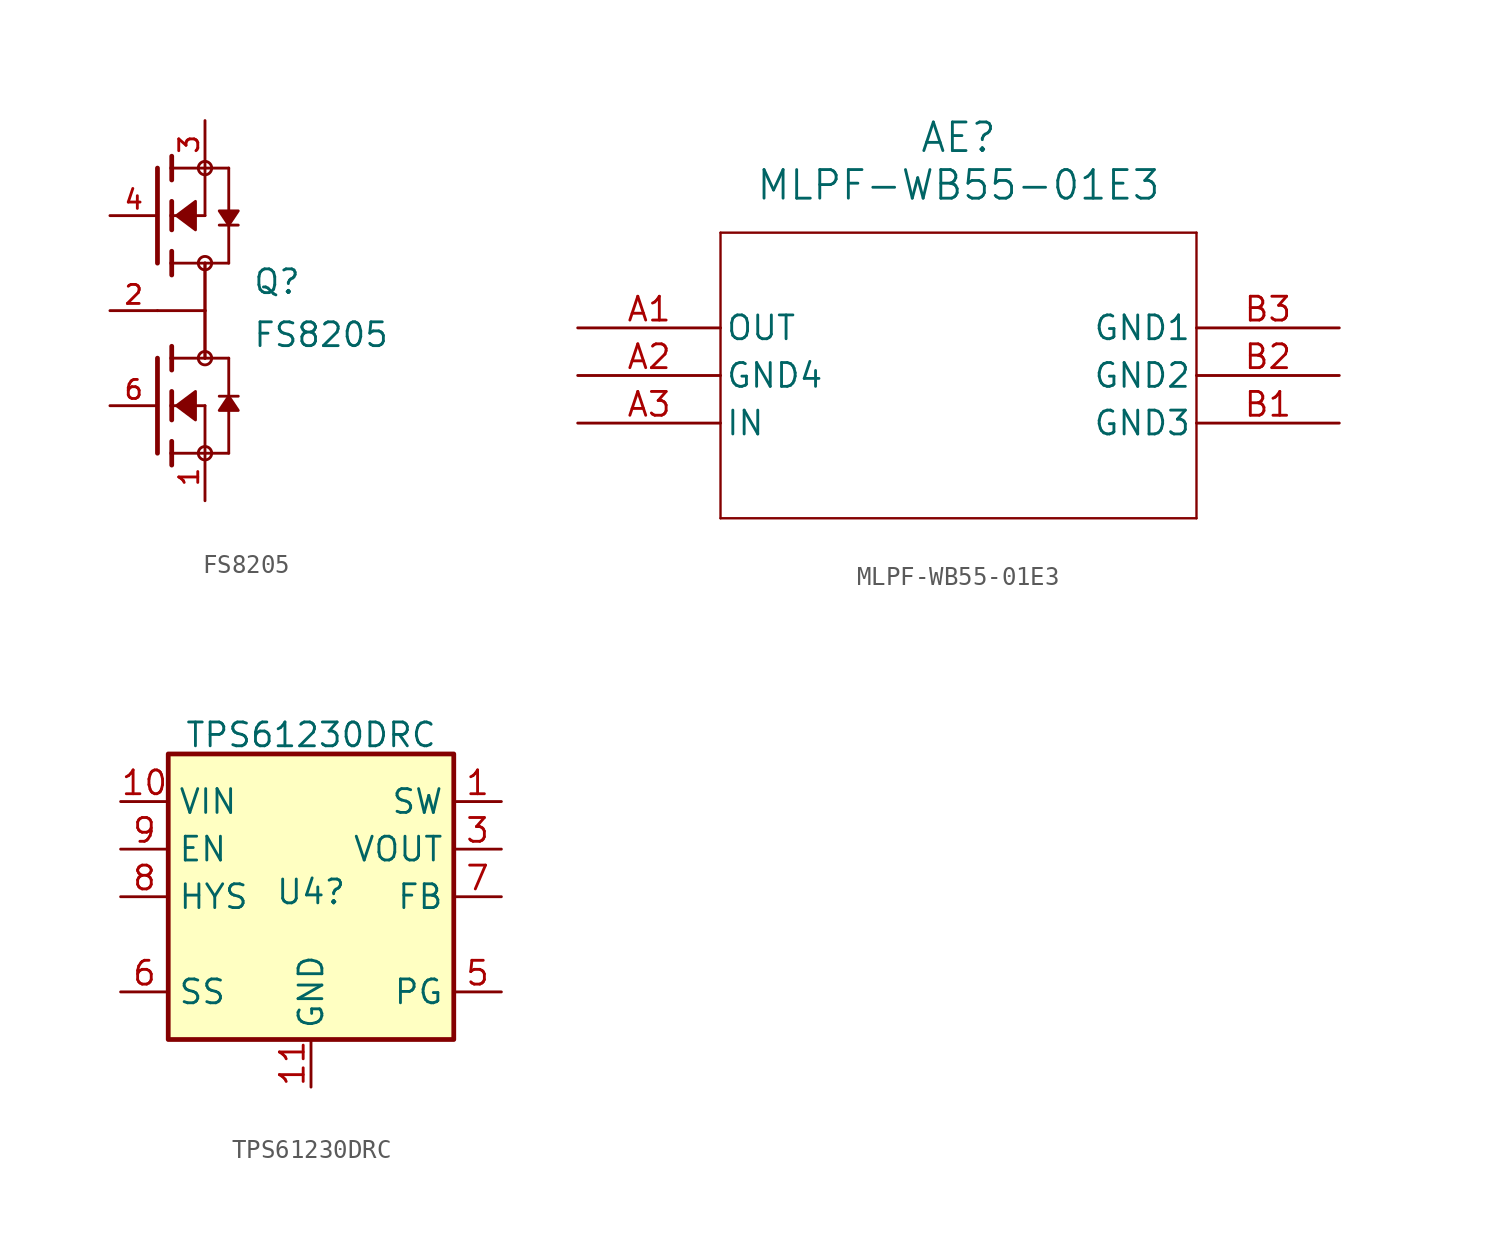
<source format=kicad_sym>
(kicad_symbol_lib
  (version 20241209)
  (generator "kicad_symbol_editor")
  (generator_version "9.0")
  (symbol "FS8205"
    (pin_names
      (offset 1.016))
    (property "Reference" "Q"
      (at 2.54 2.286 0)
      (effects (font (size 1.27 1.27)) (justify left top)))
    (property "Value" "FS8205"
      (at 2.54 -2.032 0)
      (effects (font (size 1.27 1.27)) (justify left bottom)))
    (symbol "FS8205_0_0"
      (polyline (pts (xy -2.54 2.54) (xy -2.54 7.62)) (stroke (width 0.254) (type default)) (fill (type none)))
      (polyline (pts (xy -2.54 0) (xy 0 0)) (stroke (width 0.152) (type default)) (fill (type none)))
      (polyline (pts (xy -2.54 -2.54) (xy -2.54 -7.62)) (stroke (width 0.254) (type default)) (fill (type none)))
      (polyline (pts (xy -1.778 7.62) (xy -1.778 8.255)) (stroke (width 0.254) (type default)) (fill (type none)))
      (polyline (pts (xy -1.778 6.985) (xy -1.778 7.62)) (stroke (width 0.254) (type default)) (fill (type none)))
      (polyline (pts (xy -1.778 5.08) (xy -1.778 5.842)) (stroke (width 0.254) (type default)) (fill (type none)))
      (polyline (pts (xy -1.778 5.08) (xy 0 5.08)) (stroke (width 0.152) (type default)) (fill (type none)))
      (polyline (pts (xy -1.778 4.318) (xy -1.778 5.08)) (stroke (width 0.254) (type default)) (fill (type none)))
      (polyline (pts (xy -1.778 2.54) (xy -1.778 3.175)) (stroke (width 0.254) (type default)) (fill (type none)))
      (polyline (pts (xy -1.778 2.54) (xy 0 2.54)) (stroke (width 0.152) (type default)) (fill (type none)))
      (polyline (pts (xy -1.778 1.905) (xy -1.778 2.54)) (stroke (width 0.254) (type default)) (fill (type none)))
      (polyline (pts (xy -1.778 -1.905) (xy -1.778 -2.54)) (stroke (width 0.254) (type default)) (fill (type none)))
      (polyline (pts (xy -1.778 -2.54) (xy -1.778 -3.175)) (stroke (width 0.254) (type default)) (fill (type none)))
      (polyline (pts (xy -1.778 -2.54) (xy 0 -2.54)) (stroke (width 0.152) (type default)) (fill (type none)))
      (polyline (pts (xy -1.778 -4.318) (xy -1.778 -5.08)) (stroke (width 0.254) (type default)) (fill (type none)))
      (polyline (pts (xy -1.778 -5.08) (xy -1.778 -5.842)) (stroke (width 0.254) (type default)) (fill (type none)))
      (polyline (pts (xy -1.778 -5.08) (xy 0 -5.08)) (stroke (width 0.152) (type default)) (fill (type none)))
      (polyline (pts (xy -1.778 -6.985) (xy -1.778 -7.62)) (stroke (width 0.254) (type default)) (fill (type none)))
      (polyline (pts (xy -1.778 -7.62) (xy -1.778 -8.255)) (stroke (width 0.254) (type default)) (fill (type none)))
      (polyline (pts (xy -1.524 5.08) (xy -0.508 4.318) (xy -0.508 5.842) (xy -1.524 5.08)) (stroke (width 0.152) (type default)) (fill (type outline)))
      (polyline (pts (xy -1.524 -5.08) (xy -0.508 -4.318) (xy -0.508 -5.842) (xy -1.524 -5.08)) (stroke (width 0.152) (type default)) (fill (type outline)))
      (circle (center 0 7.62) (radius 0.359) (stroke (width 0) (type default)) (fill (type none)))
      (polyline (pts (xy 0 7.62) (xy -1.778 7.62)) (stroke (width 0.152) (type default)) (fill (type none)))
      (polyline (pts (xy 0 7.62) (xy 1.27 7.62)) (stroke (width 0.152) (type default)) (fill (type none)))
      (polyline (pts (xy 0 5.08) (xy 0 7.62)) (stroke (width 0.152) (type default)) (fill (type none)))
      (circle (center 0 2.54) (radius 0.359) (stroke (width 0) (type default)) (fill (type none)))
      (polyline (pts (xy 0 2.54) (xy 0 0)) (stroke (width 0.178) (type default)) (fill (type none)))
      (polyline (pts (xy 0 2.54) (xy 1.27 2.54)) (stroke (width 0.152) (type default)) (fill (type none)))
      (polyline (pts (xy 0 0) (xy 0 -2.54)) (stroke (width 0.178) (type default)) (fill (type none)))
      (polyline (pts (xy 0 -2.54) (xy 1.27 -2.54)) (stroke (width 0.152) (type default)) (fill (type none)))
      (circle (center 0 -2.54) (radius 0.359) (stroke (width 0) (type default)) (fill (type none)))
      (polyline (pts (xy 0 -5.08) (xy 0 -7.62)) (stroke (width 0.152) (type default)) (fill (type none)))
      (polyline (pts (xy 0 -7.62) (xy -1.778 -7.62)) (stroke (width 0.152) (type default)) (fill (type none)))
      (polyline (pts (xy 0 -7.62) (xy 1.27 -7.62)) (stroke (width 0.152) (type default)) (fill (type none)))
      (circle (center 0 -7.62) (radius 0.359) (stroke (width 0) (type default)) (fill (type none)))
      (polyline (pts (xy 1.27 4.572) (xy 0.762 4.572)) (stroke (width 0.152) (type default)) (fill (type none)))
      (polyline (pts (xy 1.27 4.572) (xy 1.27 7.62)) (stroke (width 0.152) (type default)) (fill (type none)))
      (polyline (pts (xy 1.27 4.572) (xy 0.762 5.334) (xy 1.778 5.334) (xy 1.27 4.572)) (stroke (width 0.152) (type default)) (fill (type outline)))
      (polyline (pts (xy 1.27 2.54) (xy 1.27 4.572)) (stroke (width 0.152) (type default)) (fill (type none)))
      (polyline (pts (xy 1.27 -2.54) (xy 1.27 -4.572)) (stroke (width 0.152) (type default)) (fill (type none)))
      (polyline (pts (xy 1.27 -4.572) (xy 0.762 -4.572)) (stroke (width 0.152) (type default)) (fill (type none)))
      (polyline (pts (xy 1.27 -4.572) (xy 1.27 -7.62)) (stroke (width 0.152) (type default)) (fill (type none)))
      (polyline (pts (xy 1.27 -4.572) (xy 0.762 -5.334) (xy 1.778 -5.334) (xy 1.27 -4.572)) (stroke (width 0.152) (type default)) (fill (type outline)))
      (polyline (pts (xy 1.778 4.572) (xy 1.27 4.572)) (stroke (width 0.152) (type default)) (fill (type none)))
      (polyline (pts (xy 1.778 -4.572) (xy 1.27 -4.572)) (stroke (width 0.152) (type default)) (fill (type none)))
      (pin passive line (at -5.08 5.08 0) (length 2.54) (name "~" (effects (font (size 1.016 1.016)))) (number "4" (effects (font (size 1.016 1.016)))))
      (pin passive line (at -5.08 0 0) (length 2.54) (name "~" (effects (font (size 1.016 1.016)))) (number "2" (effects (font (size 1.016 1.016)))))
      (pin passive line (at -5.08 0 0) (length 2.54) (hide yes) (name "~" (effects (font (size 1.016 1.016)))) (number "5" (effects (font (size 1.016 1.016)))))
      (pin passive line (at -5.08 -5.08 0) (length 2.54) (name "~" (effects (font (size 1.016 1.016)))) (number "6" (effects (font (size 1.016 1.016)))))
      (pin passive line (at 0 10.16 270) (length 2.54) (name "~" (effects (font (size 1.016 1.016)))) (number "3" (effects (font (size 1.016 1.016)))))
      (pin passive line (at 0 -10.16 90) (length 2.54) (name "~" (effects (font (size 1.016 1.016)))) (number "1" (effects (font (size 1.016 1.016)))))))
  (symbol "MLPF-WB55-01E3"
    (pin_names
      (offset 0.254))
    (property "Reference" "AE"
      (at 20.32 10.16 0)
      (effects (font (size 1.524 1.524))))
    (property "Value" "MLPF-WB55-01E3"
      (at 20.32 7.62 0)
      (effects (font (size 1.524 1.524))))
    (property "ki_locked" ""
      (at 0 0 0)
      (effects (font (size 1.27 1.27))))
    (symbol "MLPF-WB55-01E3_0_1"
      (polyline (pts (xy 7.62 5.08) (xy 7.62 -10.16)) (stroke (width 0.127) (type default)) (fill (type none)))
      (polyline (pts (xy 7.62 -10.16) (xy 33.02 -10.16)) (stroke (width 0.127) (type default)) (fill (type none)))
      (polyline (pts (xy 33.02 5.08) (xy 7.62 5.08)) (stroke (width 0.127) (type default)) (fill (type none)))
      (polyline (pts (xy 33.02 -10.16) (xy 33.02 5.08)) (stroke (width 0.127) (type default)) (fill (type none)))
      (pin input line (at 0 0 0) (length 7.62) (name "OUT" (effects (font (size 1.27 1.27)))) (number "A1" (effects (font (size 1.27 1.27)))))
      (pin power_out line (at 0 -2.54 0) (length 7.62) (name "GND4" (effects (font (size 1.27 1.27)))) (number "A2" (effects (font (size 1.27 1.27)))))
      (pin output line (at 0 -5.08 0) (length 7.62) (name "IN" (effects (font (size 1.27 1.27)))) (number "A3" (effects (font (size 1.27 1.27)))))
      (pin power_out line (at 40.64 0 180) (length 7.62) (name "GND1" (effects (font (size 1.27 1.27)))) (number "B3" (effects (font (size 1.27 1.27)))))
      (pin power_out line (at 40.64 -2.54 180) (length 7.62) (name "GND2" (effects (font (size 1.27 1.27)))) (number "B2" (effects (font (size 1.27 1.27)))))
      (pin power_out line (at 40.64 -5.08 180) (length 7.62) (name "GND3" (effects (font (size 1.27 1.27)))) (number "B1" (effects (font (size 1.27 1.27)))))))
  (symbol "TPS61230DRC"
    (property "Reference" "U4"
      (at 0 0.254 0)
      (effects (font (size 1.27 1.27))))
    (property "Value" "TPS61230DRC"
      (at 0 8.636 0)
      (effects (font (size 1.27 1.27))))
    (symbol "TPS61230DRC_0_1"
      (rectangle (start -7.62 7.62) (end 7.62 -7.62) (stroke (width 0.254) (type default)) (fill (type background))))
    (symbol "TPS61230DRC_1_1"
      (pin power_in line (at -10.16 5.08 0) (length 2.54) (name "VIN" (effects (font (size 1.27 1.27)))) (number "10" (effects (font (size 1.27 1.27)))))
      (pin input line (at -10.16 2.54 0) (length 2.54) (name "EN" (effects (font (size 1.27 1.27)))) (number "9" (effects (font (size 1.27 1.27)))))
      (pin output line (at -10.16 0 0) (length 2.54) (name "HYS" (effects (font (size 1.27 1.27)))) (number "8" (effects (font (size 1.27 1.27)))))
      (pin input line (at -10.16 -5.08 0) (length 2.54) (name "SS" (effects (font (size 1.27 1.27)))) (number "6" (effects (font (size 1.27 1.27)))))
      (pin power_in line (at 0 -10.16 90) (length 2.54) (name "GND" (effects (font (size 1.27 1.27)))) (number "11" (effects (font (size 1.27 1.27)))))
      (pin power_out line (at 10.16 5.08 180) (length 2.54) (name "SW" (effects (font (size 1.27 1.27)))) (number "1" (effects (font (size 1.27 1.27)))))
      (pin passive line (at 10.16 5.08 180) (length 2.54) (hide yes) (name "SW" (effects (font (size 1.27 1.27)))) (number "2" (effects (font (size 1.27 1.27)))))
      (pin power_out line (at 10.16 2.54 180) (length 2.54) (name "VOUT" (effects (font (size 1.27 1.27)))) (number "3" (effects (font (size 1.27 1.27)))))
      (pin passive line (at 10.16 2.54 180) (length 2.54) (hide yes) (name "VOUT" (effects (font (size 1.27 1.27)))) (number "4" (effects (font (size 1.27 1.27)))))
      (pin input line (at 10.16 0 180) (length 2.54) (name "FB" (effects (font (size 1.27 1.27)))) (number "7" (effects (font (size 1.27 1.27)))))
      (pin output line (at 10.16 -5.08 180) (length 2.54) (name "PG" (effects (font (size 1.27 1.27)))) (number "5" (effects (font (size 1.27 1.27))))))))
</source>
